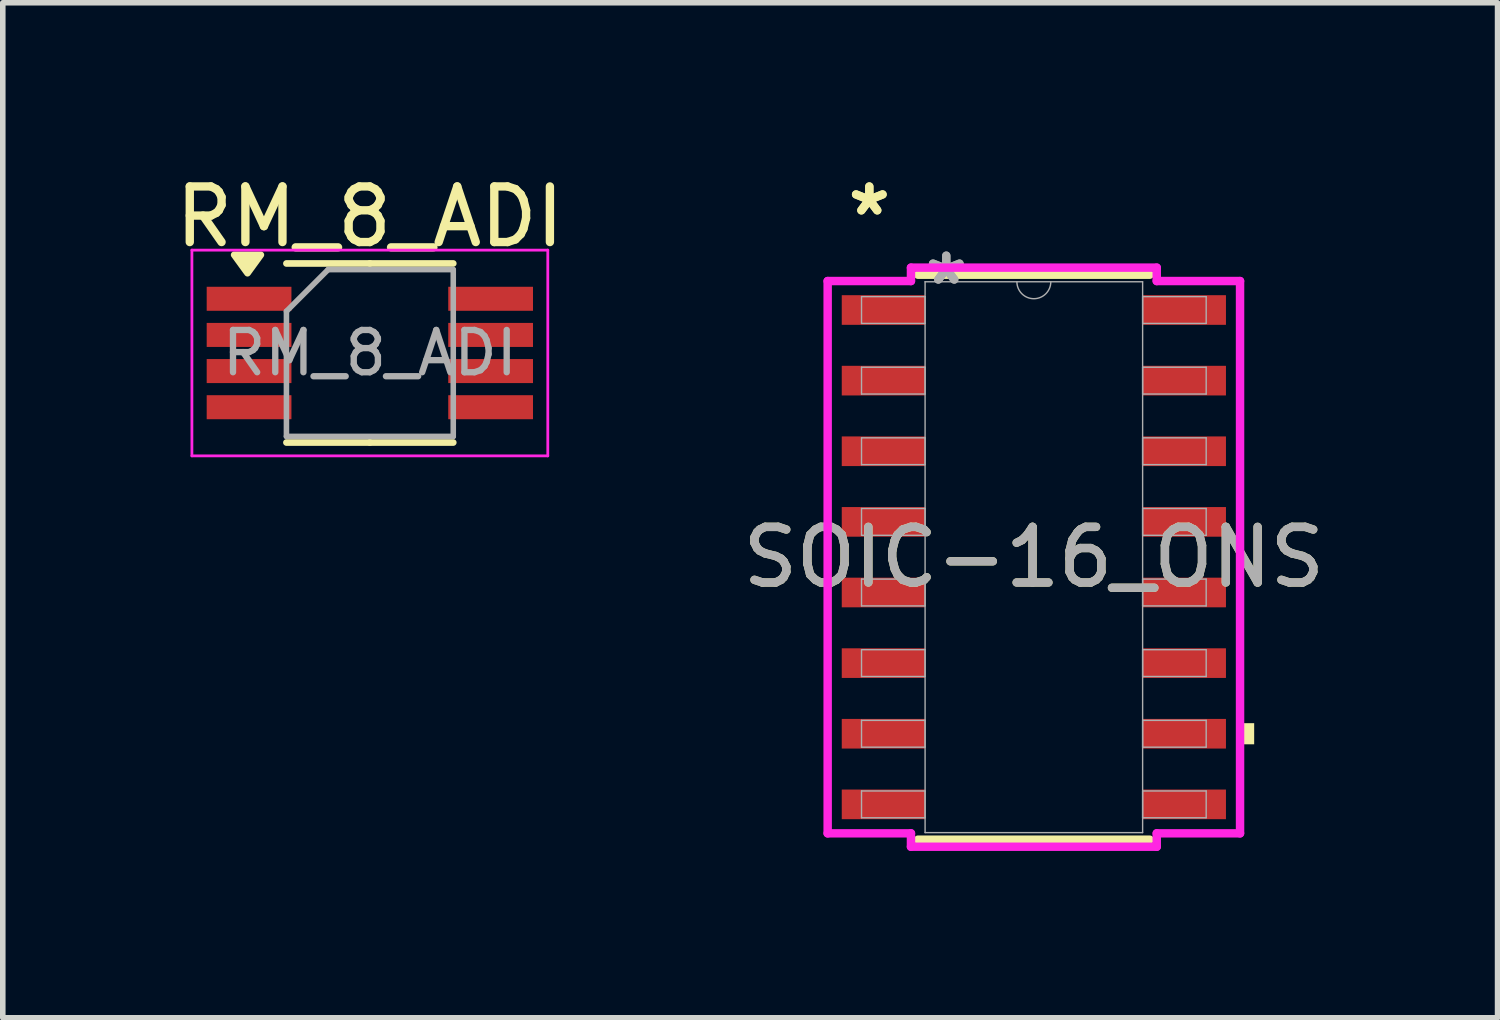
<source format=kicad_pcb>
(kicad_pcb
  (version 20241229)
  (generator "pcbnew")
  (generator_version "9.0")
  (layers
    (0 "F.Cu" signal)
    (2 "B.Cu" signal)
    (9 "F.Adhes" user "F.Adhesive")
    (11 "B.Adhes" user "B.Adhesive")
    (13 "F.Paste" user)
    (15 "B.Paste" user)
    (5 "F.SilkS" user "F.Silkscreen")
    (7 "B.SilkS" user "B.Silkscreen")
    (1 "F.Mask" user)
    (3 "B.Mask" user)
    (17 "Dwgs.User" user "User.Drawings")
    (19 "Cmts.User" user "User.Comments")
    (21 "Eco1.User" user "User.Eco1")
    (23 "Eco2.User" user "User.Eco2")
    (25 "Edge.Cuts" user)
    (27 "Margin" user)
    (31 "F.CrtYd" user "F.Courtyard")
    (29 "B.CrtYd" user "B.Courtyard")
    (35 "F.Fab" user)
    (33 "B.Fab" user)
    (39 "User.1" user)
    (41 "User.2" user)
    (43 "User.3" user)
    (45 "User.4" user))
  (footprint "RM_8_ADI"
    (layer "F.Cu")
    (at 3.601 3.298)
    (property "Reference" "RM_8_ADI" (at 0 -2.45 0) (layer "F.SilkS") (effects (font (size 1 1) (thickness 0.15))))
    (attr smd)
    (fp_line (start 0 -1.61) (end -1.5 -1.61) (stroke (width 0.12) (type solid)) (layer "F.SilkS"))
    (fp_line (start 0 -1.61) (end 1.5 -1.61) (stroke (width 0.12) (type solid)) (layer "F.SilkS"))
    (fp_line (start 0 1.61) (end -1.5 1.61) (stroke (width 0.12) (type solid)) (layer "F.SilkS"))
    (fp_line (start 0 1.61) (end 1.5 1.61) (stroke (width 0.12) (type solid)) (layer "F.SilkS"))
    (fp_poly (pts (xy -2.2 -1.435) (xy -2.44 -1.765) (xy -1.96 -1.765) (xy -2.2 -1.435)) (stroke (width 0.12) (type solid)) (fill yes) (layer "F.SilkS"))
    (fp_line (start -3.2 -1.85) (end -3.2 1.85) (stroke (width 0.05) (type solid)) (layer "F.CrtYd"))
    (fp_line (start -3.2 1.85) (end 3.2 1.85) (stroke (width 0.05) (type solid)) (layer "F.CrtYd"))
    (fp_line (start 3.2 -1.85) (end -3.2 -1.85) (stroke (width 0.05) (type solid)) (layer "F.CrtYd"))
    (fp_line (start 3.2 1.85) (end 3.2 -1.85) (stroke (width 0.05) (type solid)) (layer "F.CrtYd"))
    (fp_line (start -1.5 -0.75) (end -0.75 -1.5) (stroke (width 0.1) (type solid)) (layer "F.Fab"))
    (fp_line (start -1.5 1.5) (end -1.5 -0.75) (stroke (width 0.1) (type solid)) (layer "F.Fab"))
    (fp_line (start -0.75 -1.5) (end 1.5 -1.5) (stroke (width 0.1) (type solid)) (layer "F.Fab"))
    (fp_line (start 1.5 -1.5) (end 1.5 1.5) (stroke (width 0.1) (type solid)) (layer "F.Fab"))
    (fp_line (start 1.5 1.5) (end -1.5 1.5) (stroke (width 0.1) (type solid)) (layer "F.Fab"))
    (fp_text user "${REFERENCE}" (at 0 0 0) (layer "F.Fab") (effects (font (size 0.76 0.76) (thickness 0.114))))
    (pad "1" smd rect (at -2.172 -0.975) (size 1.524 0.432) (layers "F.Cu" "F.Mask" "F.Paste"))
    (pad "2" smd rect (at -2.172 -0.325) (size 1.524 0.432) (layers "F.Cu" "F.Mask" "F.Paste"))
    (pad "3" smd rect (at -2.172 0.325) (size 1.524 0.432) (layers "F.Cu" "F.Mask" "F.Paste"))
    (pad "4" smd rect (at -2.172 0.975) (size 1.524 0.432) (layers "F.Cu" "F.Mask" "F.Paste"))
    (pad "5" smd rect (at 2.172 0.975) (size 1.524 0.432) (layers "F.Cu" "F.Mask" "F.Paste"))
    (pad "6" smd rect (at 2.172 0.325) (size 1.524 0.432) (layers "F.Cu" "F.Mask" "F.Paste"))
    (pad "7" smd rect (at 2.172 -0.325) (size 1.524 0.432) (layers "F.Cu" "F.Mask" "F.Paste"))
    (pad "8" smd rect (at 2.172 -0.975) (size 1.524 0.432) (layers "F.Cu" "F.Mask" "F.Paste")))
  (footprint "SOIC-16_ONS"
    (layer "F.Cu")
    (at 15.542 6.97)
    (property "Reference" "SOIC-16_ONS" (at 0 0 0) (unlocked yes) (layer "F.SilkS") (effects (font (size 1 1) (thickness 0.15))))
    (attr smd)
    (fp_line (start -2.083 5.08) (end 2.083 5.08) (stroke (width 0.152) (type solid)) (layer "F.SilkS"))
    (fp_line (start 2.083 -5.08) (end -2.083 -5.08) (stroke (width 0.152) (type solid)) (layer "F.SilkS"))
    (fp_poly (pts (xy 3.962 2.985) (xy 3.962 3.365) (xy 3.708 3.365) (xy 3.708 2.985)) (stroke (width 0) (type solid)) (fill yes) (layer "F.SilkS"))
    (fp_line (start -3.708 -4.966) (end -2.21 -4.966) (stroke (width 0.152) (type solid)) (layer "F.CrtYd"))
    (fp_line (start -3.708 4.966) (end -3.708 -4.966) (stroke (width 0.152) (type solid)) (layer "F.CrtYd"))
    (fp_line (start -3.708 4.966) (end -2.21 4.966) (stroke (width 0.152) (type solid)) (layer "F.CrtYd"))
    (fp_line (start -2.21 -5.207) (end 2.21 -5.207) (stroke (width 0.152) (type solid)) (layer "F.CrtYd"))
    (fp_line (start -2.21 -4.966) (end -2.21 -5.207) (stroke (width 0.152) (type solid)) (layer "F.CrtYd"))
    (fp_line (start -2.21 5.207) (end -2.21 4.966) (stroke (width 0.152) (type solid)) (layer "F.CrtYd"))
    (fp_line (start 2.21 -5.207) (end 2.21 -4.966) (stroke (width 0.152) (type solid)) (layer "F.CrtYd"))
    (fp_line (start 2.21 4.966) (end 2.21 5.207) (stroke (width 0.152) (type solid)) (layer "F.CrtYd"))
    (fp_line (start 2.21 5.207) (end -2.21 5.207) (stroke (width 0.152) (type solid)) (layer "F.CrtYd"))
    (fp_line (start 3.708 -4.966) (end 2.21 -4.966) (stroke (width 0.152) (type solid)) (layer "F.CrtYd"))
    (fp_line (start 3.708 -4.966) (end 3.708 4.966) (stroke (width 0.152) (type solid)) (layer "F.CrtYd"))
    (fp_line (start 3.708 4.966) (end 2.21 4.966) (stroke (width 0.152) (type solid)) (layer "F.CrtYd"))
    (fp_line (start -3.099 -4.686) (end -3.099 -4.204) (stroke (width 0.025) (type solid)) (layer "F.Fab"))
    (fp_line (start -3.099 -4.204) (end -1.956 -4.204) (stroke (width 0.025) (type solid)) (layer "F.Fab"))
    (fp_line (start -3.099 -3.416) (end -3.099 -2.934) (stroke (width 0.025) (type solid)) (layer "F.Fab"))
    (fp_line (start -3.099 -2.934) (end -1.956 -2.934) (stroke (width 0.025) (type solid)) (layer "F.Fab"))
    (fp_line (start -3.099 -2.146) (end -3.099 -1.664) (stroke (width 0.025) (type solid)) (layer "F.Fab"))
    (fp_line (start -3.099 -1.664) (end -1.956 -1.664) (stroke (width 0.025) (type solid)) (layer "F.Fab"))
    (fp_line (start -3.099 -0.876) (end -3.099 -0.394) (stroke (width 0.025) (type solid)) (layer "F.Fab"))
    (fp_line (start -3.099 -0.394) (end -1.956 -0.394) (stroke (width 0.025) (type solid)) (layer "F.Fab"))
    (fp_line (start -3.099 0.394) (end -3.099 0.876) (stroke (width 0.025) (type solid)) (layer "F.Fab"))
    (fp_line (start -3.099 0.876) (end -1.956 0.876) (stroke (width 0.025) (type solid)) (layer "F.Fab"))
    (fp_line (start -3.099 1.664) (end -3.099 2.146) (stroke (width 0.025) (type solid)) (layer "F.Fab"))
    (fp_line (start -3.099 2.146) (end -1.956 2.146) (stroke (width 0.025) (type solid)) (layer "F.Fab"))
    (fp_line (start -3.099 2.934) (end -3.099 3.416) (stroke (width 0.025) (type solid)) (layer "F.Fab"))
    (fp_line (start -3.099 3.416) (end -1.956 3.416) (stroke (width 0.025) (type solid)) (layer "F.Fab"))
    (fp_line (start -3.099 4.204) (end -3.099 4.686) (stroke (width 0.025) (type solid)) (layer "F.Fab"))
    (fp_line (start -3.099 4.686) (end -1.956 4.686) (stroke (width 0.025) (type solid)) (layer "F.Fab"))
    (fp_line (start -1.956 -4.953) (end -1.956 4.953) (stroke (width 0.025) (type solid)) (layer "F.Fab"))
    (fp_line (start -1.956 -4.686) (end -3.099 -4.686) (stroke (width 0.025) (type solid)) (layer "F.Fab"))
    (fp_line (start -1.956 -4.204) (end -1.956 -4.686) (stroke (width 0.025) (type solid)) (layer "F.Fab"))
    (fp_line (start -1.956 -3.416) (end -3.099 -3.416) (stroke (width 0.025) (type solid)) (layer "F.Fab"))
    (fp_line (start -1.956 -2.934) (end -1.956 -3.416) (stroke (width 0.025) (type solid)) (layer "F.Fab"))
    (fp_line (start -1.956 -2.146) (end -3.099 -2.146) (stroke (width 0.025) (type solid)) (layer "F.Fab"))
    (fp_line (start -1.956 -1.664) (end -1.956 -2.146) (stroke (width 0.025) (type solid)) (layer "F.Fab"))
    (fp_line (start -1.956 -0.876) (end -3.099 -0.876) (stroke (width 0.025) (type solid)) (layer "F.Fab"))
    (fp_line (start -1.956 -0.394) (end -1.956 -0.876) (stroke (width 0.025) (type solid)) (layer "F.Fab"))
    (fp_line (start -1.956 0.394) (end -3.099 0.394) (stroke (width 0.025) (type solid)) (layer "F.Fab"))
    (fp_line (start -1.956 0.876) (end -1.956 0.394) (stroke (width 0.025) (type solid)) (layer "F.Fab"))
    (fp_line (start -1.956 1.664) (end -3.099 1.664) (stroke (width 0.025) (type solid)) (layer "F.Fab"))
    (fp_line (start -1.956 2.146) (end -1.956 1.664) (stroke (width 0.025) (type solid)) (layer "F.Fab"))
    (fp_line (start -1.956 2.934) (end -3.099 2.934) (stroke (width 0.025) (type solid)) (layer "F.Fab"))
    (fp_line (start -1.956 3.416) (end -1.956 2.934) (stroke (width 0.025) (type solid)) (layer "F.Fab"))
    (fp_line (start -1.956 4.204) (end -3.099 4.204) (stroke (width 0.025) (type solid)) (layer "F.Fab"))
    (fp_line (start -1.956 4.686) (end -1.956 4.204) (stroke (width 0.025) (type solid)) (layer "F.Fab"))
    (fp_line (start -1.956 4.953) (end 1.956 4.953) (stroke (width 0.025) (type solid)) (layer "F.Fab"))
    (fp_line (start 1.956 -4.953) (end -1.956 -4.953) (stroke (width 0.025) (type solid)) (layer "F.Fab"))
    (fp_line (start 1.956 -4.686) (end 1.956 -4.204) (stroke (width 0.025) (type solid)) (layer "F.Fab"))
    (fp_line (start 1.956 -4.204) (end 3.099 -4.204) (stroke (width 0.025) (type solid)) (layer "F.Fab"))
    (fp_line (start 1.956 -3.416) (end 1.956 -2.934) (stroke (width 0.025) (type solid)) (layer "F.Fab"))
    (fp_line (start 1.956 -2.934) (end 3.099 -2.934) (stroke (width 0.025) (type solid)) (layer "F.Fab"))
    (fp_line (start 1.956 -2.146) (end 1.956 -1.664) (stroke (width 0.025) (type solid)) (layer "F.Fab"))
    (fp_line (start 1.956 -1.664) (end 3.099 -1.664) (stroke (width 0.025) (type solid)) (layer "F.Fab"))
    (fp_line (start 1.956 -0.876) (end 1.956 -0.394) (stroke (width 0.025) (type solid)) (layer "F.Fab"))
    (fp_line (start 1.956 -0.394) (end 3.099 -0.394) (stroke (width 0.025) (type solid)) (layer "F.Fab"))
    (fp_line (start 1.956 0.394) (end 1.956 0.876) (stroke (width 0.025) (type solid)) (layer "F.Fab"))
    (fp_line (start 1.956 0.876) (end 3.099 0.876) (stroke (width 0.025) (type solid)) (layer "F.Fab"))
    (fp_line (start 1.956 1.664) (end 1.956 2.146) (stroke (width 0.025) (type solid)) (layer "F.Fab"))
    (fp_line (start 1.956 2.146) (end 3.099 2.146) (stroke (width 0.025) (type solid)) (layer "F.Fab"))
    (fp_line (start 1.956 2.934) (end 1.956 3.416) (stroke (width 0.025) (type solid)) (layer "F.Fab"))
    (fp_line (start 1.956 3.416) (end 3.099 3.416) (stroke (width 0.025) (type solid)) (layer "F.Fab"))
    (fp_line (start 1.956 4.204) (end 1.956 4.686) (stroke (width 0.025) (type solid)) (layer "F.Fab"))
    (fp_line (start 1.956 4.686) (end 3.099 4.686) (stroke (width 0.025) (type solid)) (layer "F.Fab"))
    (fp_line (start 1.956 4.953) (end 1.956 -4.953) (stroke (width 0.025) (type solid)) (layer "F.Fab"))
    (fp_line (start 3.099 -4.686) (end 1.956 -4.686) (stroke (width 0.025) (type solid)) (layer "F.Fab"))
    (fp_line (start 3.099 -4.204) (end 3.099 -4.686) (stroke (width 0.025) (type solid)) (layer "F.Fab"))
    (fp_line (start 3.099 -3.416) (end 1.956 -3.416) (stroke (width 0.025) (type solid)) (layer "F.Fab"))
    (fp_line (start 3.099 -2.934) (end 3.099 -3.416) (stroke (width 0.025) (type solid)) (layer "F.Fab"))
    (fp_line (start 3.099 -2.146) (end 1.956 -2.146) (stroke (width 0.025) (type solid)) (layer "F.Fab"))
    (fp_line (start 3.099 -1.664) (end 3.099 -2.146) (stroke (width 0.025) (type solid)) (layer "F.Fab"))
    (fp_line (start 3.099 -0.876) (end 1.956 -0.876) (stroke (width 0.025) (type solid)) (layer "F.Fab"))
    (fp_line (start 3.099 -0.394) (end 3.099 -0.876) (stroke (width 0.025) (type solid)) (layer "F.Fab"))
    (fp_line (start 3.099 0.394) (end 1.956 0.394) (stroke (width 0.025) (type solid)) (layer "F.Fab"))
    (fp_line (start 3.099 0.876) (end 3.099 0.394) (stroke (width 0.025) (type solid)) (layer "F.Fab"))
    (fp_line (start 3.099 1.664) (end 1.956 1.664) (stroke (width 0.025) (type solid)) (layer "F.Fab"))
    (fp_line (start 3.099 2.146) (end 3.099 1.664) (stroke (width 0.025) (type solid)) (layer "F.Fab"))
    (fp_line (start 3.099 2.934) (end 1.956 2.934) (stroke (width 0.025) (type solid)) (layer "F.Fab"))
    (fp_line (start 3.099 3.416) (end 3.099 2.934) (stroke (width 0.025) (type solid)) (layer "F.Fab"))
    (fp_line (start 3.099 4.204) (end 1.956 4.204) (stroke (width 0.025) (type solid)) (layer "F.Fab"))
    (fp_line (start 3.099 4.686) (end 3.099 4.204) (stroke (width 0.025) (type solid)) (layer "F.Fab"))
    (fp_arc (start 0.3048 -4.953) (mid 0 -4.6482) (end -0.3048 -4.953) (stroke (width 0.0254) (type solid)) (layer "F.Fab"))
    (fp_text user "*" (at -2.959 -6.121 0) (layer "F.SilkS") (effects (font (size 1 1) (thickness 0.15))))
    (fp_text user "*" (at -2.959 -6.121 0) (unlocked yes) (layer "F.SilkS") (effects (font (size 1 1) (thickness 0.15))))
    (fp_text user "*" (at -1.575 -4.877 0) (layer "F.Fab") (effects (font (size 1 1) (thickness 0.15))))
    (fp_text user "${REFERENCE}" (at 0 0 0) (unlocked yes) (layer "F.Fab") (effects (font (size 1 1) (thickness 0.15))))
    (fp_text user "*" (at -1.575 -4.877 0) (unlocked yes) (layer "F.Fab") (effects (font (size 1 1) (thickness 0.15))))
    (pad "1" smd rect (at -2.705 -4.445) (size 1.499 0.533) (layers "F.Cu" "F.Mask" "F.Paste"))
    (pad "2" smd rect (at -2.705 -3.175) (size 1.499 0.533) (layers "F.Cu" "F.Mask" "F.Paste"))
    (pad "3" smd rect (at -2.705 -1.905) (size 1.499 0.533) (layers "F.Cu" "F.Mask" "F.Paste"))
    (pad "4" smd rect (at -2.705 -0.635) (size 1.499 0.533) (layers "F.Cu" "F.Mask" "F.Paste"))
    (pad "5" smd rect (at -2.705 0.635) (size 1.499 0.533) (layers "F.Cu" "F.Mask" "F.Paste"))
    (pad "6" smd rect (at -2.705 1.905) (size 1.499 0.533) (layers "F.Cu" "F.Mask" "F.Paste"))
    (pad "7" smd rect (at -2.705 3.175) (size 1.499 0.533) (layers "F.Cu" "F.Mask" "F.Paste"))
    (pad "8" smd rect (at -2.705 4.445) (size 1.499 0.533) (layers "F.Cu" "F.Mask" "F.Paste"))
    (pad "9" smd rect (at 2.705 4.445) (size 1.499 0.533) (layers "F.Cu" "F.Mask" "F.Paste"))
    (pad "10" smd rect (at 2.705 3.175) (size 1.499 0.533) (layers "F.Cu" "F.Mask" "F.Paste"))
    (pad "11" smd rect (at 2.705 1.905) (size 1.499 0.533) (layers "F.Cu" "F.Mask" "F.Paste"))
    (pad "12" smd rect (at 2.705 0.635) (size 1.499 0.533) (layers "F.Cu" "F.Mask" "F.Paste"))
    (pad "13" smd rect (at 2.705 -0.635) (size 1.499 0.533) (layers "F.Cu" "F.Mask" "F.Paste"))
    (pad "14" smd rect (at 2.705 -1.905) (size 1.499 0.533) (layers "F.Cu" "F.Mask" "F.Paste"))
    (pad "15" smd rect (at 2.705 -3.175) (size 1.499 0.533) (layers "F.Cu" "F.Mask" "F.Paste"))
    (pad "16" smd rect (at 2.705 -4.445) (size 1.499 0.533) (layers "F.Cu" "F.Mask" "F.Paste")))
  (gr_rect
    (start -3 -3)
    (end 23.881 15.253)
    (stroke (width 0.1) (type default))
    (fill no)
    (layer "Edge.Cuts")))
</source>
